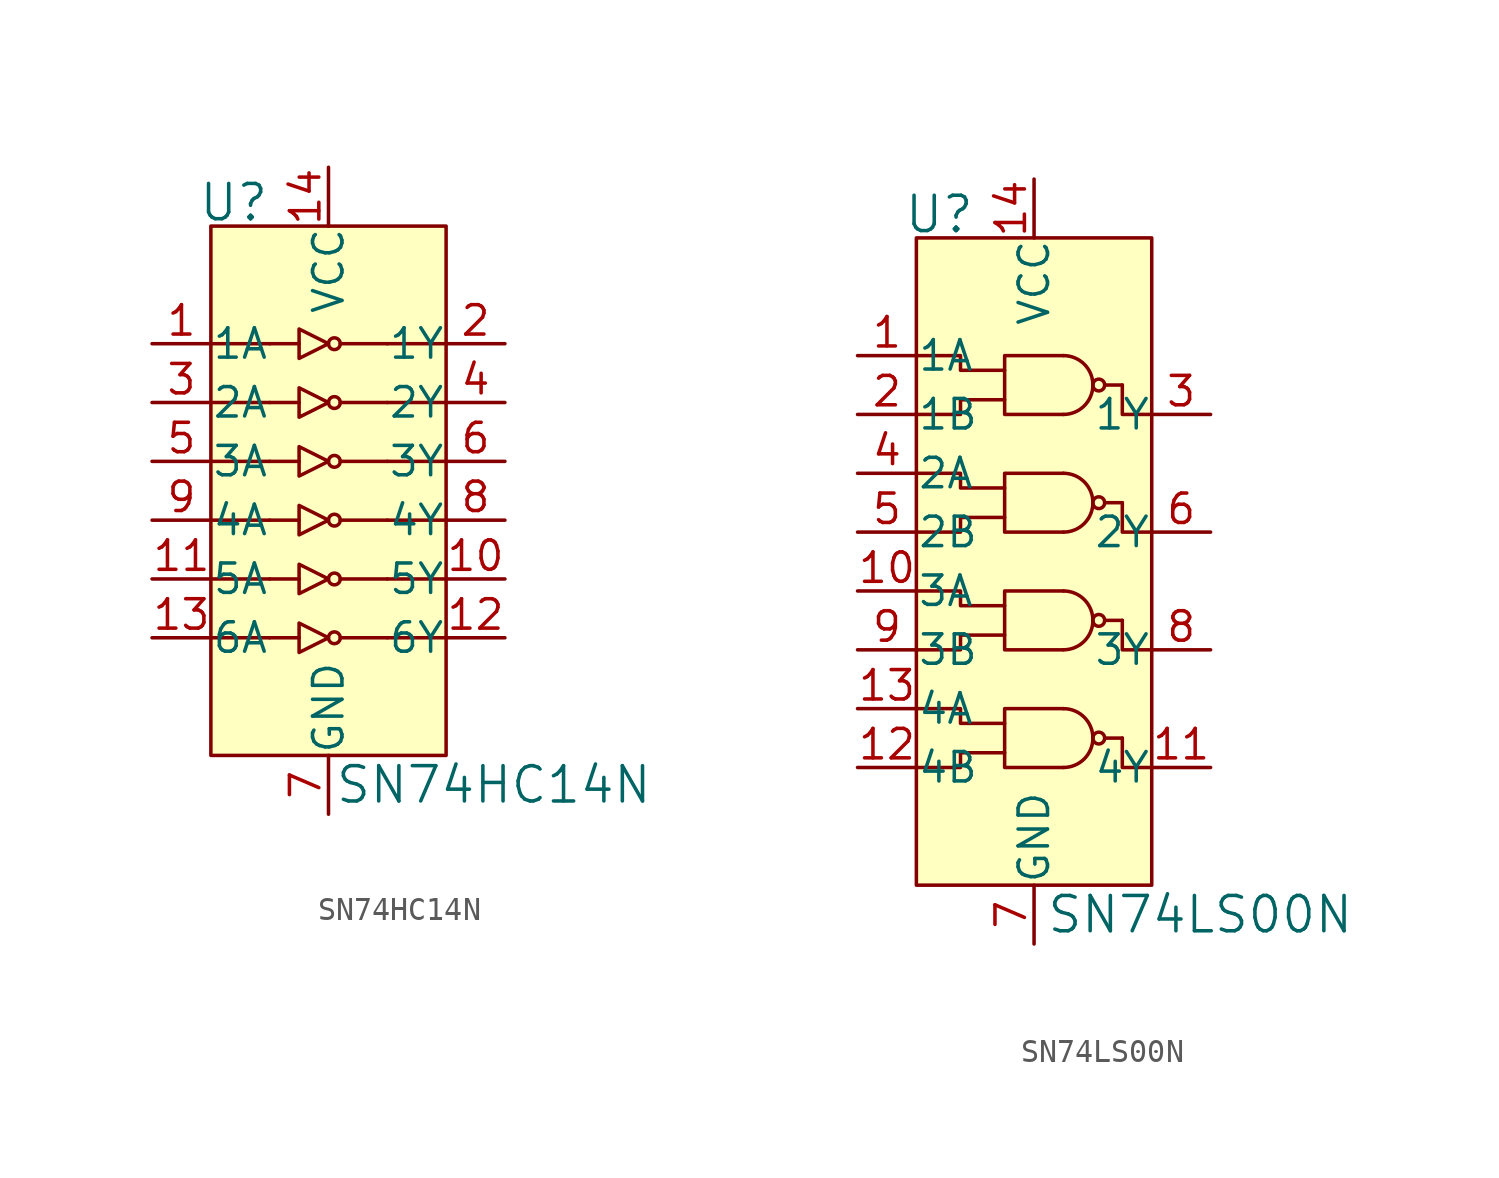
<source format=kicad_sym>
(kicad_symbol_lib
  (version 20211014)
  (generator kicad_symbol_editor)
  (symbol "SN74HC14N"
    (pin_names
      (offset 0.025))
    (property "Reference" "U"
      (at -2.54 13.716 0)
      (effects (font (size 1.524 1.524)) (justify right)))
    (property "Value" "SN74HC14N"
      (at 0.254 -11.43 0)
      (effects (font (size 1.524 1.524)) (justify left)))
    (symbol "SN74HC14N_0_1"
      (rectangle (start -5.08 12.7) (end 5.08 -10.16) (stroke (width 0) (type default) (color 0 0 0 0)) (fill (type background)))
      (polyline (pts (xy -2.54 -5.08) (xy -5.08 -5.08)) (stroke (width 0) (type default) (color 0 0 0 0)) (fill (type none)))
      (polyline (pts (xy -2.54 -2.54) (xy -5.08 -2.54)) (stroke (width 0) (type default) (color 0 0 0 0)) (fill (type none)))
      (polyline (pts (xy -2.54 -2.54) (xy -1.27 -2.54)) (stroke (width 0) (type default) (color 0 0 0 0)) (fill (type none)))
      (polyline (pts (xy -2.54 0) (xy -5.08 0)) (stroke (width 0) (type default) (color 0 0 0 0)) (fill (type none)))
      (polyline (pts (xy -2.54 2.54) (xy -5.08 2.54)) (stroke (width 0) (type default) (color 0 0 0 0)) (fill (type none)))
      (polyline (pts (xy -2.54 2.54) (xy -1.27 2.54)) (stroke (width 0) (type default) (color 0 0 0 0)) (fill (type none)))
      (polyline (pts (xy -2.54 5.08) (xy -5.08 5.08)) (stroke (width 0) (type default) (color 0 0 0 0)) (fill (type none)))
      (polyline (pts (xy -2.54 7.62) (xy -5.08 7.62)) (stroke (width 0) (type default) (color 0 0 0 0)) (fill (type none)))
      (polyline (pts (xy -1.27 -5.08) (xy -2.54 -5.08)) (stroke (width 0) (type default) (color 0 0 0 0)) (fill (type none)))
      (polyline (pts (xy -1.27 0) (xy -2.54 0)) (stroke (width 0) (type default) (color 0 0 0 0)) (fill (type none)))
      (polyline (pts (xy -1.27 5.08) (xy -2.54 5.08)) (stroke (width 0) (type default) (color 0 0 0 0)) (fill (type none)))
      (polyline (pts (xy -1.27 7.62) (xy -2.54 7.62)) (stroke (width 0) (type default) (color 0 0 0 0)) (fill (type none)))
      (polyline (pts (xy 0.508 -5.08) (xy 2.54 -5.08)) (stroke (width 0) (type default) (color 0 0 0 0)) (fill (type none)))
      (polyline (pts (xy 0.508 0) (xy 2.54 0)) (stroke (width 0) (type default) (color 0 0 0 0)) (fill (type none)))
      (polyline (pts (xy 0.508 2.54) (xy 2.54 2.54)) (stroke (width 0) (type default) (color 0 0 0 0)) (fill (type none)))
      (polyline (pts (xy 0.508 5.08) (xy 2.54 5.08)) (stroke (width 0) (type default) (color 0 0 0 0)) (fill (type none)))
      (polyline (pts (xy 2.54 -2.54) (xy 0.508 -2.54)) (stroke (width 0) (type default) (color 0 0 0 0)) (fill (type none)))
      (polyline (pts (xy 2.54 7.62) (xy 0.508 7.62)) (stroke (width 0) (type default) (color 0 0 0 0)) (fill (type none)))
      (polyline (pts (xy 5.08 -5.08) (xy 2.54 -5.08)) (stroke (width 0) (type default) (color 0 0 0 0)) (fill (type none)))
      (polyline (pts (xy 5.08 -2.54) (xy 2.54 -2.54)) (stroke (width 0) (type default) (color 0 0 0 0)) (fill (type none)))
      (polyline (pts (xy 5.08 0) (xy 2.54 0)) (stroke (width 0) (type default) (color 0 0 0 0)) (fill (type none)))
      (polyline (pts (xy 5.08 2.54) (xy 2.54 2.54)) (stroke (width 0) (type default) (color 0 0 0 0)) (fill (type none)))
      (polyline (pts (xy 5.08 5.08) (xy 2.54 5.08)) (stroke (width 0) (type default) (color 0 0 0 0)) (fill (type none)))
      (polyline (pts (xy 5.08 7.62) (xy 2.54 7.62)) (stroke (width 0) (type default) (color 0 0 0 0)) (fill (type none)))
      (polyline (pts (xy -1.27 -4.445) (xy -1.27 -5.715) (xy 0 -5.08) (xy -1.27 -4.445)) (stroke (width 0) (type default) (color 0 0 0 0)) (fill (type none)))
      (polyline (pts (xy -1.27 -1.905) (xy -1.27 -3.175) (xy 0 -2.54) (xy -1.27 -1.905)) (stroke (width 0) (type default) (color 0 0 0 0)) (fill (type none)))
      (polyline (pts (xy -1.27 0.635) (xy -1.27 -0.635) (xy 0 0) (xy -1.27 0.635)) (stroke (width 0) (type default) (color 0 0 0 0)) (fill (type none)))
      (polyline (pts (xy -1.27 3.175) (xy -1.27 1.905) (xy 0 2.54) (xy -1.27 3.175)) (stroke (width 0) (type default) (color 0 0 0 0)) (fill (type none)))
      (polyline (pts (xy -1.27 5.715) (xy -1.27 4.445) (xy 0 5.08) (xy -1.27 5.715)) (stroke (width 0) (type default) (color 0 0 0 0)) (fill (type none)))
      (polyline (pts (xy -1.27 8.255) (xy -1.27 6.985) (xy 0 7.62) (xy -1.27 8.255)) (stroke (width 0) (type default) (color 0 0 0 0)) (fill (type none)))
      (circle (center 0.254 -5.08) (radius 0.254) (stroke (width 0) (type default) (color 0 0 0 0)) (fill (type none)))
      (circle (center 0.254 -2.54) (radius 0.254) (stroke (width 0) (type default) (color 0 0 0 0)) (fill (type none)))
      (circle (center 0.254 0) (radius 0.254) (stroke (width 0) (type default) (color 0 0 0 0)) (fill (type none)))
      (circle (center 0.254 2.54) (radius 0.254) (stroke (width 0) (type default) (color 0 0 0 0)) (fill (type none)))
      (circle (center 0.254 5.08) (radius 0.254) (stroke (width 0) (type default) (color 0 0 0 0)) (fill (type none)))
      (circle (center 0.254 7.62) (radius 0.254) (stroke (width 0) (type default) (color 0 0 0 0)) (fill (type none))))
    (symbol "SN74HC14N_1_1"
      (pin input line (at -7.62 7.62 0) (length 2.54) (name "1A" (effects (font (size 1.27 1.27)))) (number "1" (effects (font (size 1.27 1.27)))))
      (pin output line (at 7.62 -2.54 180) (length 2.54) (name "5Y" (effects (font (size 1.27 1.27)))) (number "10" (effects (font (size 1.27 1.27)))))
      (pin input line (at -7.62 -2.54 0) (length 2.54) (name "5A" (effects (font (size 1.27 1.27)))) (number "11" (effects (font (size 1.27 1.27)))))
      (pin output line (at 7.62 -5.08 180) (length 2.54) (name "6Y" (effects (font (size 1.27 1.27)))) (number "12" (effects (font (size 1.27 1.27)))))
      (pin input line (at -7.62 -5.08 0) (length 2.54) (name "6A" (effects (font (size 1.27 1.27)))) (number "13" (effects (font (size 1.27 1.27)))))
      (pin power_in line (at 0 15.24 270) (length 2.54) (name "VCC" (effects (font (size 1.27 1.27)))) (number "14" (effects (font (size 1.27 1.27)))))
      (pin output line (at 7.62 7.62 180) (length 2.54) (name "1Y" (effects (font (size 1.27 1.27)))) (number "2" (effects (font (size 1.27 1.27)))))
      (pin input line (at -7.62 5.08 0) (length 2.54) (name "2A" (effects (font (size 1.27 1.27)))) (number "3" (effects (font (size 1.27 1.27)))))
      (pin output line (at 7.62 5.08 180) (length 2.54) (name "2Y" (effects (font (size 1.27 1.27)))) (number "4" (effects (font (size 1.27 1.27)))))
      (pin input line (at -7.62 2.54 0) (length 2.54) (name "3A" (effects (font (size 1.27 1.27)))) (number "5" (effects (font (size 1.27 1.27)))))
      (pin output line (at 7.62 2.54 180) (length 2.54) (name "3Y" (effects (font (size 1.27 1.27)))) (number "6" (effects (font (size 1.27 1.27)))))
      (pin power_in line (at 0 -12.7 90) (length 2.54) (name "GND" (effects (font (size 1.27 1.27)))) (number "7" (effects (font (size 1.27 1.27)))))
      (pin output line (at 7.62 0 180) (length 2.54) (name "4Y" (effects (font (size 1.27 1.27)))) (number "8" (effects (font (size 1.27 1.27)))))
      (pin input line (at -7.62 0 0) (length 2.54) (name "4A" (effects (font (size 1.27 1.27)))) (number "9" (effects (font (size 1.27 1.27)))))))
  (symbol "SN74LS00N"
    (pin_names
      (offset 0.025))
    (property "Reference" "U"
      (at -5.08 11.176 0)
      (effects (font (size 1.524 1.524)) (justify right)))
    (property "Value" "SN74LS00N"
      (at -2.032 -19.05 0)
      (effects (font (size 1.524 1.524)) (justify left)))
    (symbol "SN74LS00N_0_1"
      (rectangle (start -7.62 10.16) (end 2.54 -17.78) (stroke (width 0) (type default) (color 0 0 0 0)) (fill (type background)))
      (arc (start -1.27 -12.7) (mid 0 -11.43) (end -1.27 -10.16) (stroke (width 0) (type default) (color 0 0 0 0)) (fill (type none)))
      (arc (start -1.27 -7.62) (mid 0 -6.35) (end -1.27 -5.08) (stroke (width 0) (type default) (color 0 0 0 0)) (fill (type none)))
      (arc (start -1.27 -2.54) (mid 0 -1.27) (end -1.27 0) (stroke (width 0) (type default) (color 0 0 0 0)) (fill (type none)))
      (arc (start -1.27 2.54) (mid 0 3.81) (end -1.27 5.08) (stroke (width 0) (type default) (color 0 0 0 0)) (fill (type none)))
      (polyline (pts (xy 0.508 -11.43) (xy 1.27 -11.43)) (stroke (width 0) (type default) (color 0 0 0 0)) (fill (type none)))
      (polyline (pts (xy 0.508 3.81) (xy 1.27 3.81)) (stroke (width 0) (type default) (color 0 0 0 0)) (fill (type none)))
      (polyline (pts (xy 1.27 -6.35) (xy 0.508 -6.35)) (stroke (width 0) (type default) (color 0 0 0 0)) (fill (type none)))
      (polyline (pts (xy 1.27 -1.27) (xy 0.508 -1.27)) (stroke (width 0) (type default) (color 0 0 0 0)) (fill (type none)))
      (polyline (pts (xy 1.27 -11.43) (xy 1.27 -12.7) (xy 2.54 -12.7)) (stroke (width 0) (type default) (color 0 0 0 0)) (fill (type none)))
      (polyline (pts (xy 1.27 -6.35) (xy 1.27 -7.62) (xy 2.54 -7.62)) (stroke (width 0) (type default) (color 0 0 0 0)) (fill (type none)))
      (polyline (pts (xy 1.27 -1.27) (xy 1.27 -2.54) (xy 2.54 -2.54)) (stroke (width 0) (type default) (color 0 0 0 0)) (fill (type none)))
      (polyline (pts (xy 1.27 3.81) (xy 1.27 2.54) (xy 2.54 2.54)) (stroke (width 0) (type default) (color 0 0 0 0)) (fill (type none)))
      (polyline (pts (xy -7.62 -12.7) (xy -5.715 -12.7) (xy -5.715 -12.065) (xy -3.81 -12.065)) (stroke (width 0) (type default) (color 0 0 0 0)) (fill (type none)))
      (polyline (pts (xy -7.62 -7.62) (xy -5.715 -7.62) (xy -5.715 -6.985) (xy -3.81 -6.985)) (stroke (width 0) (type default) (color 0 0 0 0)) (fill (type none)))
      (polyline (pts (xy -7.62 -2.54) (xy -5.715 -2.54) (xy -5.715 -1.905) (xy -3.81 -1.905)) (stroke (width 0) (type default) (color 0 0 0 0)) (fill (type none)))
      (polyline (pts (xy -3.81 -10.795) (xy -5.715 -10.795) (xy -5.715 -10.16) (xy -7.62 -10.16)) (stroke (width 0) (type default) (color 0 0 0 0)) (fill (type none)))
      (polyline (pts (xy -3.81 -5.715) (xy -5.715 -5.715) (xy -5.715 -5.08) (xy -7.62 -5.08)) (stroke (width 0) (type default) (color 0 0 0 0)) (fill (type none)))
      (polyline (pts (xy -3.81 -0.635) (xy -5.715 -0.635) (xy -5.715 0) (xy -7.62 0)) (stroke (width 0) (type default) (color 0 0 0 0)) (fill (type none)))
      (polyline (pts (xy -3.81 3.175) (xy -5.715 3.175) (xy -5.715 2.54) (xy -7.62 2.54)) (stroke (width 0) (type default) (color 0 0 0 0)) (fill (type none)))
      (polyline (pts (xy -3.81 4.445) (xy -5.715 4.445) (xy -5.715 5.08) (xy -7.62 5.08)) (stroke (width 0) (type default) (color 0 0 0 0)) (fill (type none)))
      (polyline (pts (xy -1.27 -10.16) (xy -3.81 -10.16) (xy -3.81 -12.7) (xy -1.27 -12.7)) (stroke (width 0) (type default) (color 0 0 0 0)) (fill (type none)))
      (polyline (pts (xy -1.27 -5.08) (xy -3.81 -5.08) (xy -3.81 -7.62) (xy -1.27 -7.62)) (stroke (width 0) (type default) (color 0 0 0 0)) (fill (type none)))
      (polyline (pts (xy -1.27 0) (xy -3.81 0) (xy -3.81 -2.54) (xy -1.27 -2.54)) (stroke (width 0) (type default) (color 0 0 0 0)) (fill (type none)))
      (polyline (pts (xy -1.27 5.08) (xy -3.81 5.08) (xy -3.81 2.54) (xy -1.27 2.54)) (stroke (width 0) (type default) (color 0 0 0 0)) (fill (type none)))
      (circle (center 0.254 -11.43) (radius 0.254) (stroke (width 0) (type default) (color 0 0 0 0)) (fill (type none)))
      (circle (center 0.254 -6.35) (radius 0.254) (stroke (width 0) (type default) (color 0 0 0 0)) (fill (type none)))
      (circle (center 0.254 -1.27) (radius 0.254) (stroke (width 0) (type default) (color 0 0 0 0)) (fill (type none)))
      (circle (center 0.254 3.81) (radius 0.254) (stroke (width 0) (type default) (color 0 0 0 0)) (fill (type none))))
    (symbol "SN74LS00N_1_1"
      (pin input line (at -10.16 5.08 0) (length 2.54) (name "1A" (effects (font (size 1.27 1.27)))) (number "1" (effects (font (size 1.27 1.27)))))
      (pin input line (at -10.16 -5.08 0) (length 2.54) (name "3A" (effects (font (size 1.27 1.27)))) (number "10" (effects (font (size 1.27 1.27)))))
      (pin output line (at 5.08 -12.7 180) (length 2.54) (name "4Y" (effects (font (size 1.27 1.27)))) (number "11" (effects (font (size 1.27 1.27)))))
      (pin input line (at -10.16 -12.7 0) (length 2.54) (name "4B" (effects (font (size 1.27 1.27)))) (number "12" (effects (font (size 1.27 1.27)))))
      (pin input line (at -10.16 -10.16 0) (length 2.54) (name "4A" (effects (font (size 1.27 1.27)))) (number "13" (effects (font (size 1.27 1.27)))))
      (pin power_in line (at -2.54 12.7 270) (length 2.54) (name "VCC" (effects (font (size 1.27 1.27)))) (number "14" (effects (font (size 1.27 1.27)))))
      (pin input line (at -10.16 2.54 0) (length 2.54) (name "1B" (effects (font (size 1.27 1.27)))) (number "2" (effects (font (size 1.27 1.27)))))
      (pin output line (at 5.08 2.54 180) (length 2.54) (name "1Y" (effects (font (size 1.27 1.27)))) (number "3" (effects (font (size 1.27 1.27)))))
      (pin input line (at -10.16 0 0) (length 2.54) (name "2A" (effects (font (size 1.27 1.27)))) (number "4" (effects (font (size 1.27 1.27)))))
      (pin input line (at -10.16 -2.54 0) (length 2.54) (name "2B" (effects (font (size 1.27 1.27)))) (number "5" (effects (font (size 1.27 1.27)))))
      (pin output line (at 5.08 -2.54 180) (length 2.54) (name "2Y" (effects (font (size 1.27 1.27)))) (number "6" (effects (font (size 1.27 1.27)))))
      (pin power_in line (at -2.54 -20.32 90) (length 2.54) (name "GND" (effects (font (size 1.27 1.27)))) (number "7" (effects (font (size 1.27 1.27)))))
      (pin output line (at 5.08 -7.62 180) (length 2.54) (name "3Y" (effects (font (size 1.27 1.27)))) (number "8" (effects (font (size 1.27 1.27)))))
      (pin input line (at -10.16 -7.62 0) (length 2.54) (name "3B" (effects (font (size 1.27 1.27)))) (number "9" (effects (font (size 1.27 1.27))))))))
</source>
